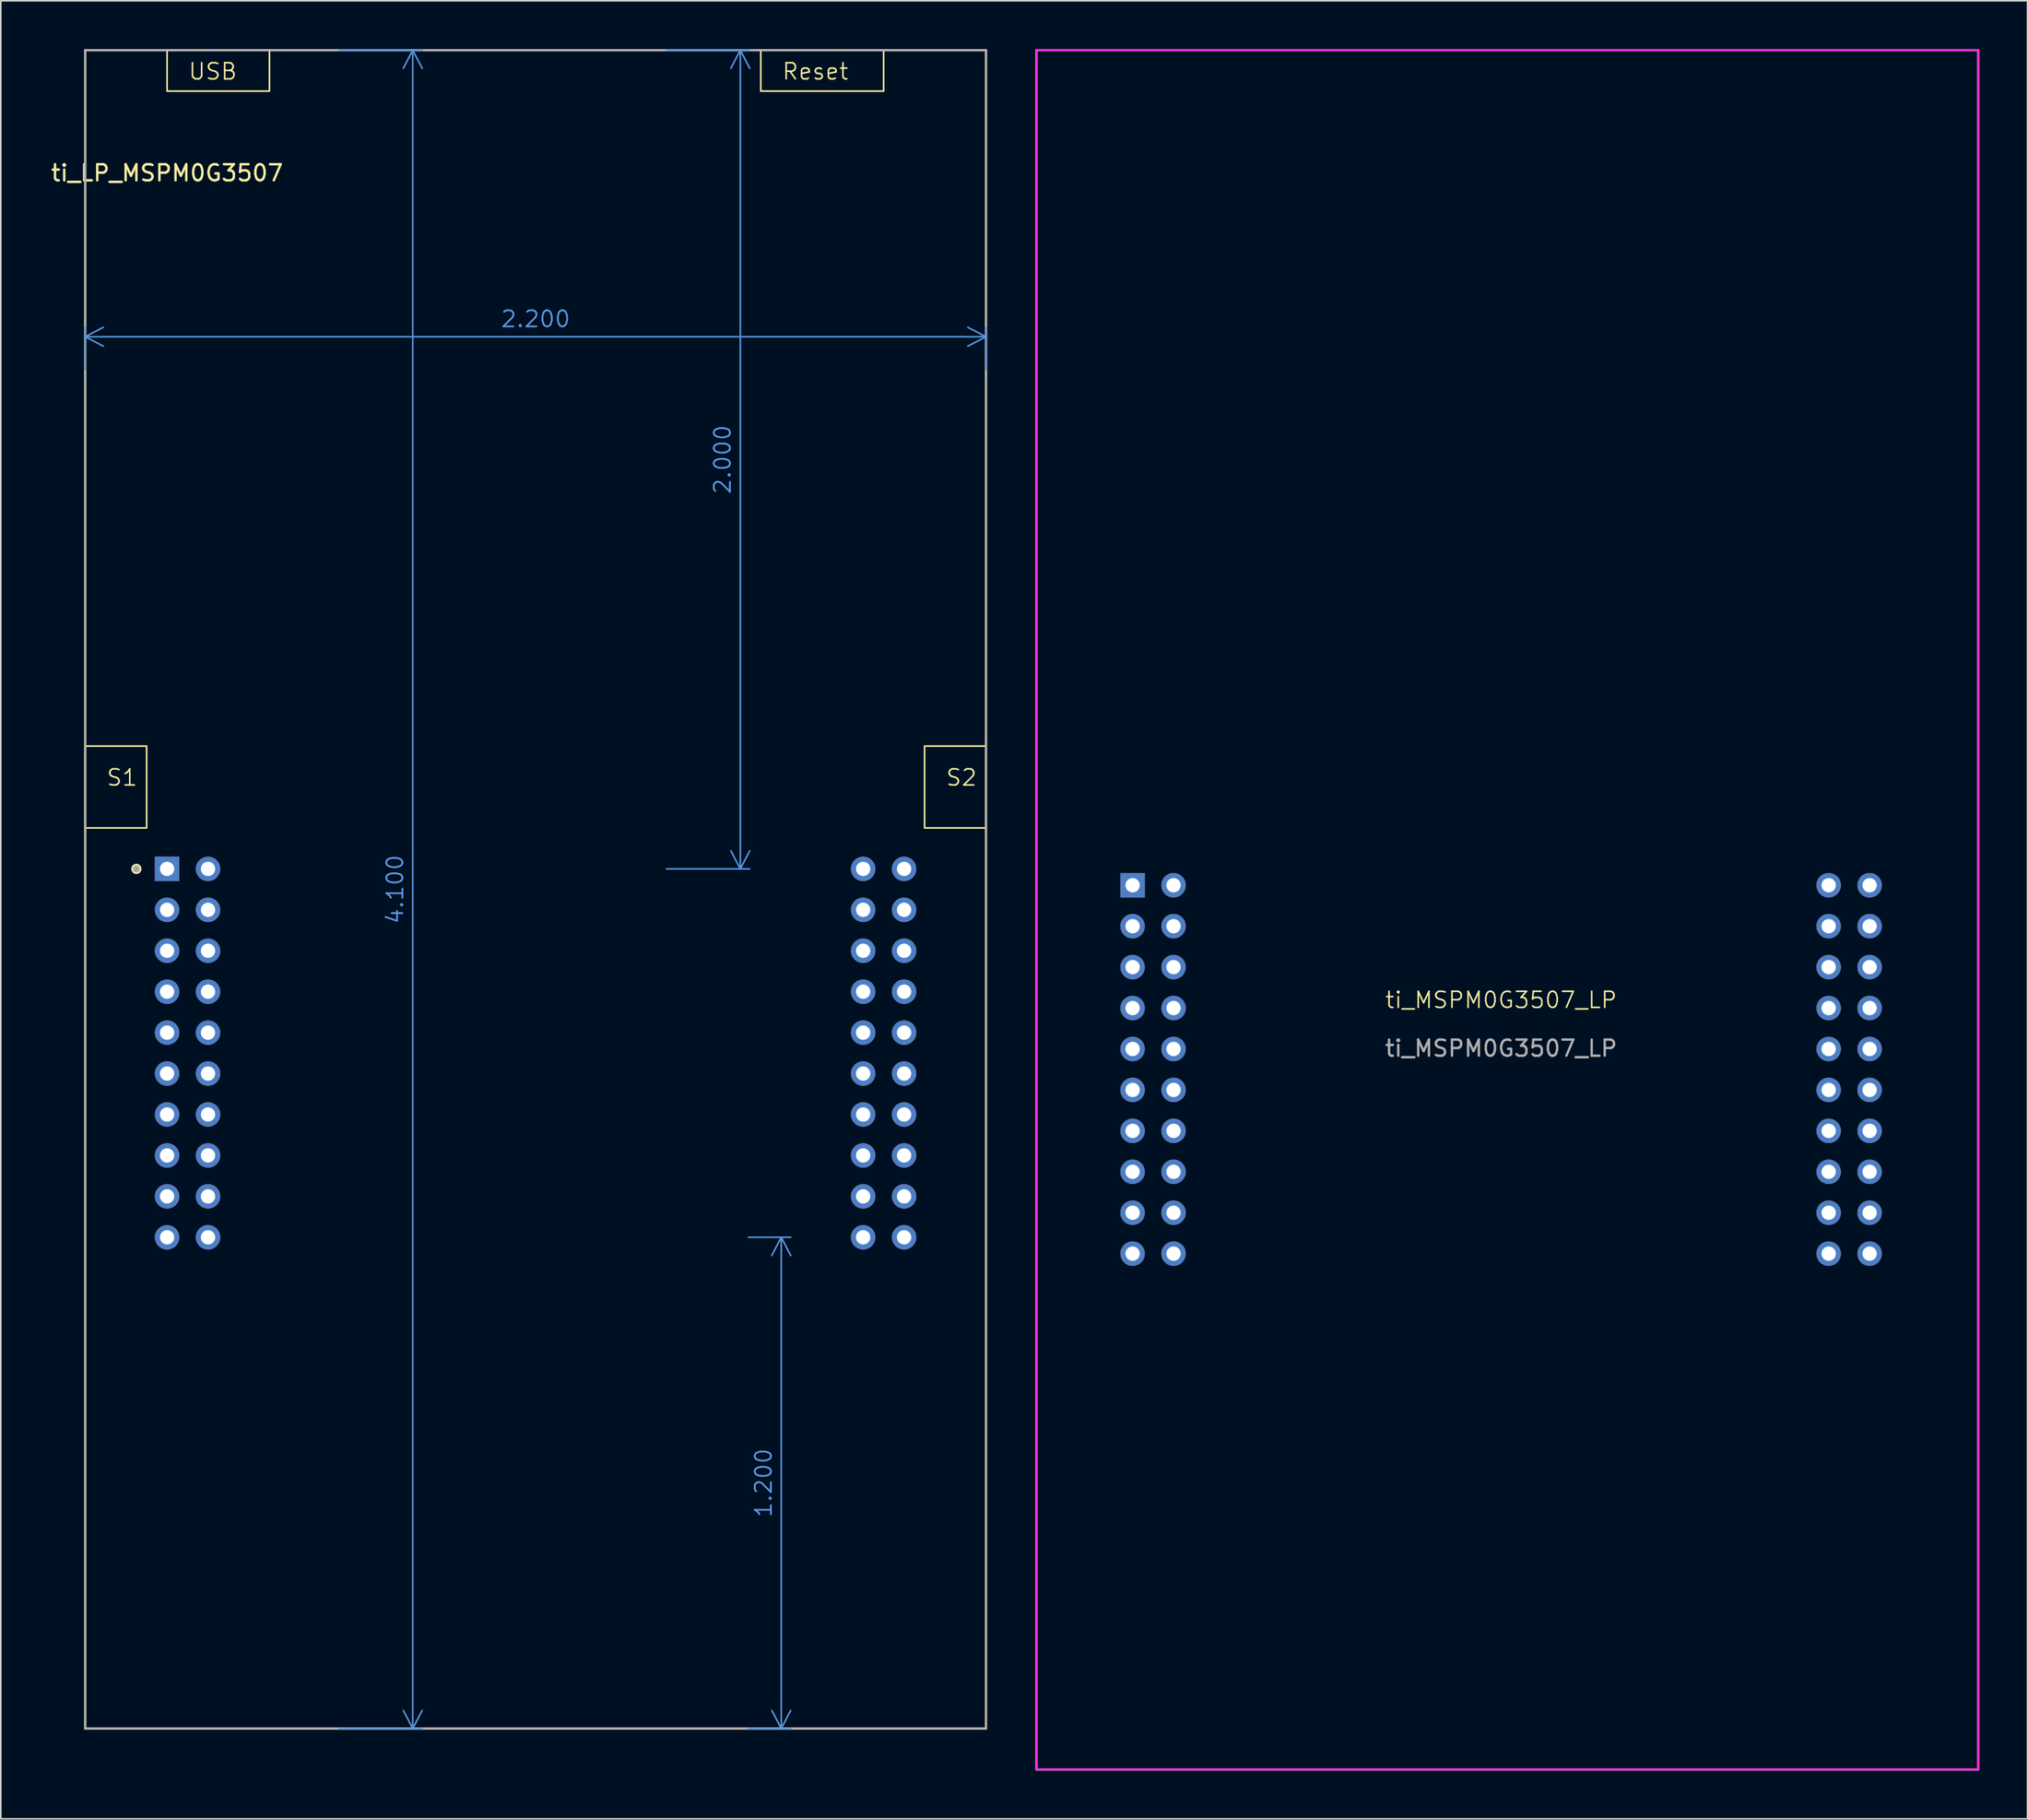
<source format=kicad_pcb>
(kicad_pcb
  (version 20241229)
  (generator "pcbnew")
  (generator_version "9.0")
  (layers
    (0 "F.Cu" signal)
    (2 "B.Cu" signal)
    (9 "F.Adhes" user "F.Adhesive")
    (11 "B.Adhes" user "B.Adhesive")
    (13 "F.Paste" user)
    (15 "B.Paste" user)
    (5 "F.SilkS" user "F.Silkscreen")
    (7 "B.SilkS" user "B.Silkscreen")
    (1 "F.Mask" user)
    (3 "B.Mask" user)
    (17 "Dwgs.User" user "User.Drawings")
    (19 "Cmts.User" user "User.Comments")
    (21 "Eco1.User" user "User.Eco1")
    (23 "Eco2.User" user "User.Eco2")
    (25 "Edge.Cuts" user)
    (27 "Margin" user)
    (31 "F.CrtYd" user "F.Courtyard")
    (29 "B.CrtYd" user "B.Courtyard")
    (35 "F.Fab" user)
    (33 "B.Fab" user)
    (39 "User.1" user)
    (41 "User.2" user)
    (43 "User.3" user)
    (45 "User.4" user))
  (footprint "ti_MSPM0G3507_LP"
    (layer "F.Cu")
    (at 90.071 59.499)
    (property "Reference" "ti_MSPM0G3507_LP" (at 0 -0.5 0) (unlocked yes) (layer "F.SilkS") (effects (font (size 1 1) (thickness 0.1))))
    (attr through_hole)
    (fp_line (start -28.829 -59.436) (end -28.829 47.244) (stroke (width 0.127) (type solid)) (layer "F.SilkS"))
    (fp_line (start -28.829 -59.436) (end 29.591 -59.436) (stroke (width 0.127) (type solid)) (layer "F.SilkS"))
    (fp_line (start -28.829 47.244) (end 29.591 47.244) (stroke (width 0.127) (type solid)) (layer "F.SilkS"))
    (fp_line (start 29.591 -59.436) (end 29.591 47.244) (stroke (width 0.127) (type solid)) (layer "F.SilkS"))
    (fp_line (start -28.829 -59.436) (end -28.829 47.244) (stroke (width 0.127) (type solid)) (layer "F.CrtYd"))
    (fp_line (start -28.829 -59.436) (end 29.591 -59.436) (stroke (width 0.127) (type solid)) (layer "F.CrtYd"))
    (fp_line (start -28.829 47.244) (end 29.591 47.244) (stroke (width 0.127) (type solid)) (layer "F.CrtYd"))
    (fp_line (start 29.591 -59.436) (end 29.591 47.244) (stroke (width 0.127) (type solid)) (layer "F.CrtYd"))
    (fp_line (start -28.829 -59.436) (end -28.829 47.244) (stroke (width 0.127) (type solid)) (layer "F.Fab"))
    (fp_line (start -28.829 -59.436) (end 29.591 -59.436) (stroke (width 0.127) (type solid)) (layer "F.Fab"))
    (fp_line (start -28.829 47.244) (end 29.591 47.244) (stroke (width 0.127) (type solid)) (layer "F.Fab"))
    (fp_line (start 29.591 -59.436) (end 29.591 47.244) (stroke (width 0.127) (type solid)) (layer "F.Fab"))
    (fp_text user "${REFERENCE}" (at 0 2.5 0) (unlocked yes) (layer "F.Fab") (effects (font (size 1 1) (thickness 0.15))))
    (pad "J1_1" thru_hole rect (at -22.86 -7.62) (size 1.52 1.52) (drill 0.89) (layers "*.Cu" "*.Mask"))
    (pad "J1_2" thru_hole circle (at -22.86 -5.08) (size 1.52 1.52) (drill 0.89) (layers "*.Cu" "*.Mask"))
    (pad "J1_3" thru_hole circle (at -22.86 -2.54) (size 1.52 1.52) (drill 0.89) (layers "*.Cu" "*.Mask"))
    (pad "J1_4" thru_hole circle (at -22.86 0) (size 1.52 1.52) (drill 0.89) (layers "*.Cu" "*.Mask"))
    (pad "J1_5" thru_hole circle (at -22.86 2.54) (size 1.52 1.52) (drill 0.89) (layers "*.Cu" "*.Mask"))
    (pad "J1_6" thru_hole circle (at -22.86 5.08) (size 1.52 1.52) (drill 0.89) (layers "*.Cu" "*.Mask"))
    (pad "J1_7" thru_hole circle (at -22.86 7.62) (size 1.52 1.52) (drill 0.89) (layers "*.Cu" "*.Mask"))
    (pad "J1_8" thru_hole circle (at -22.86 10.16) (size 1.52 1.52) (drill 0.89) (layers "*.Cu" "*.Mask"))
    (pad "J1_9" thru_hole circle (at -22.86 12.7) (size 1.52 1.52) (drill 0.89) (layers "*.Cu" "*.Mask"))
    (pad "J1_10" thru_hole circle (at -22.86 15.24) (size 1.52 1.52) (drill 0.89) (layers "*.Cu" "*.Mask"))
    (pad "J2_1" thru_hole circle (at 22.86 -7.62) (size 1.52 1.52) (drill 0.89) (layers "*.Cu" "*.Mask"))
    (pad "J2_2" thru_hole circle (at 22.86 -5.08) (size 1.52 1.52) (drill 0.89) (layers "*.Cu" "*.Mask"))
    (pad "J2_3" thru_hole circle (at 22.86 -2.54) (size 1.52 1.52) (drill 0.89) (layers "*.Cu" "*.Mask"))
    (pad "J2_4" thru_hole circle (at 22.86 0) (size 1.52 1.52) (drill 0.89) (layers "*.Cu" "*.Mask"))
    (pad "J2_5" thru_hole circle (at 22.86 2.54) (size 1.52 1.52) (drill 0.89) (layers "*.Cu" "*.Mask"))
    (pad "J2_6" thru_hole circle (at 22.86 5.08) (size 1.52 1.52) (drill 0.89) (layers "*.Cu" "*.Mask"))
    (pad "J2_7" thru_hole circle (at 22.86 7.62) (size 1.52 1.52) (drill 0.89) (layers "*.Cu" "*.Mask"))
    (pad "J2_8" thru_hole circle (at 22.86 10.16) (size 1.52 1.52) (drill 0.89) (layers "*.Cu" "*.Mask"))
    (pad "J2_9" thru_hole circle (at 22.86 12.7) (size 1.52 1.52) (drill 0.89) (layers "*.Cu" "*.Mask"))
    (pad "J2_10" thru_hole circle (at 22.86 15.24) (size 1.52 1.52) (drill 0.89) (layers "*.Cu" "*.Mask"))
    (pad "J3_1" thru_hole circle (at -20.32 -7.62) (size 1.52 1.52) (drill 0.89) (layers "*.Cu" "*.Mask"))
    (pad "J3_2" thru_hole circle (at -20.32 -5.08) (size 1.52 1.52) (drill 0.89) (layers "*.Cu" "*.Mask"))
    (pad "J3_3" thru_hole circle (at -20.32 -2.54) (size 1.52 1.52) (drill 0.89) (layers "*.Cu" "*.Mask"))
    (pad "J3_4" thru_hole circle (at -20.32 0) (size 1.52 1.52) (drill 0.89) (layers "*.Cu" "*.Mask"))
    (pad "J3_5" thru_hole circle (at -20.32 2.54) (size 1.52 1.52) (drill 0.89) (layers "*.Cu" "*.Mask"))
    (pad "J3_6" thru_hole circle (at -20.32 5.08) (size 1.52 1.52) (drill 0.89) (layers "*.Cu" "*.Mask"))
    (pad "J3_7" thru_hole circle (at -20.32 7.62) (size 1.52 1.52) (drill 0.89) (layers "*.Cu" "*.Mask"))
    (pad "J3_8" thru_hole circle (at -20.32 10.16) (size 1.52 1.52) (drill 0.89) (layers "*.Cu" "*.Mask"))
    (pad "J3_9" thru_hole circle (at -20.32 12.7) (size 1.52 1.52) (drill 0.89) (layers "*.Cu" "*.Mask"))
    (pad "J3_10" thru_hole circle (at -20.32 15.24) (size 1.52 1.52) (drill 0.89) (layers "*.Cu" "*.Mask"))
    (pad "J4_1" thru_hole circle (at 20.32 -7.62) (size 1.52 1.52) (drill 0.89) (layers "*.Cu" "*.Mask"))
    (pad "J4_2" thru_hole circle (at 20.32 -5.08) (size 1.52 1.52) (drill 0.89) (layers "*.Cu" "*.Mask"))
    (pad "J4_3" thru_hole circle (at 20.32 -2.54) (size 1.52 1.52) (drill 0.89) (layers "*.Cu" "*.Mask"))
    (pad "J4_4" thru_hole circle (at 20.32 0) (size 1.52 1.52) (drill 0.89) (layers "*.Cu" "*.Mask"))
    (pad "J4_5" thru_hole circle (at 20.32 2.54) (size 1.52 1.52) (drill 0.89) (layers "*.Cu" "*.Mask"))
    (pad "J4_6" thru_hole circle (at 20.32 5.08) (size 1.52 1.52) (drill 0.89) (layers "*.Cu" "*.Mask"))
    (pad "J4_7" thru_hole circle (at 20.32 7.62) (size 1.52 1.52) (drill 0.89) (layers "*.Cu" "*.Mask"))
    (pad "J4_8" thru_hole circle (at 20.32 10.16) (size 1.52 1.52) (drill 0.89) (layers "*.Cu" "*.Mask"))
    (pad "J4_9" thru_hole circle (at 20.32 12.7) (size 1.52 1.52) (drill 0.89) (layers "*.Cu" "*.Mask"))
    (pad "J4_10" thru_hole circle (at 20.32 15.24) (size 1.52 1.52) (drill 0.89) (layers "*.Cu" "*.Mask")))
  (footprint "ti_LP_MSPM0G3507"
    (layer "F.Cu")
    (at 30.175 53.404)
    (property "Reference" "ti_LP_MSPM0G3507" (at -22.86 -45.72 0) (layer "F.SilkS") (effects (font (size 1 1) (thickness 0.15))))
    (attr through_hole)
    (fp_line (start -27.94 -53.34) (end -27.94 50.8) (stroke (width 0.127) (type solid)) (layer "F.SilkS"))
    (fp_line (start -27.94 50.8) (end 27.94 50.8) (stroke (width 0.127) (type solid)) (layer "F.SilkS"))
    (fp_line (start 27.94 -53.34) (end -27.94 -53.34) (stroke (width 0.127) (type solid)) (layer "F.SilkS"))
    (fp_line (start 27.94 50.8) (end 27.94 -53.34) (stroke (width 0.127) (type solid)) (layer "F.SilkS"))
    (fp_rect (start -27.94 -10.16) (end -24.13 -5.08) (stroke (width 0.1) (type default)) (fill no) (layer "F.SilkS"))
    (fp_rect (start -22.86 -53.34) (end -16.51 -50.8) (stroke (width 0.1) (type default)) (fill no) (layer "F.SilkS"))
    (fp_rect (start 13.97 -53.34) (end 21.59 -50.8) (stroke (width 0.1) (type default)) (fill no) (layer "F.SilkS"))
    (fp_rect (start 24.13 -10.16) (end 27.94 -5.08) (stroke (width 0.1) (type default)) (fill no) (layer "F.SilkS"))
    (fp_circle (center -24.765 -2.54) (end -24.562 -2.54) (stroke (width 0.229) (type solid)) (fill no) (layer "F.SilkS"))
    (fp_line (start -27.94 -53.34) (end -27.94 50.8) (stroke (width 0.127) (type solid)) (layer "F.Fab"))
    (fp_line (start -27.94 50.8) (end 27.94 50.8) (stroke (width 0.127) (type solid)) (layer "F.Fab"))
    (fp_line (start 27.94 -53.34) (end -27.94 -53.34) (stroke (width 0.127) (type solid)) (layer "F.Fab"))
    (fp_line (start 27.94 50.8) (end 27.94 -53.34) (stroke (width 0.127) (type solid)) (layer "F.Fab"))
    (fp_circle (center -24.765 -2.54) (end -24.638 -2.54) (stroke (width 0.203) (type solid)) (fill no) (layer "F.Fab"))
    (fp_text user "S1" (at -26.67 -7.62 0) (unlocked yes) (layer "F.SilkS") (effects (font (size 1 1) (thickness 0.1)) (justify left bottom)))
    (fp_text user "S2" (at 25.4 -7.62 0) (unlocked yes) (layer "F.SilkS") (effects (font (size 1 1) (thickness 0.1)) (justify left bottom)))
    (fp_text user "Reset" (at 15.24 -51.435 0) (unlocked yes) (layer "F.SilkS") (effects (font (size 1 1) (thickness 0.1)) (justify left bottom)))
    (fp_text user "USB" (at -21.59 -51.435 0) (unlocked yes) (layer "F.SilkS") (effects (font (size 1 1) (thickness 0.1)) (justify left bottom)))
    (dimension (type aligned) (layer "Cmts.User") (pts (xy 2.235 20.384) (xy 58.115 20.384)) (height -2.54) (format (prefix "") (suffix "") (units 0) (units_format 0) (precision 3)) (style (thickness 0.1) (arrow_length 1.27) (text_position_mode 0) (arrow_direction outward) (extension_height 0.586) (extension_offset 0.5) (keep_text_aligned yes)) (gr_text "2.200" (at 30.175 16.744 0) (layer "Cmts.User") (effects (font (size 1 1) (thickness 0.1)))))
    (dimension (type aligned) (layer "Cmts.User") (pts (xy 37.795 50.864) (xy 37.795 0.064)) (height 5.08) (format (prefix "") (suffix "") (units 0) (units_format 0) (precision 3)) (style (thickness 0.1) (arrow_length 1.27) (text_position_mode 0) (arrow_direction outward) (extension_height 0.586) (extension_offset 0.5) (keep_text_aligned yes)) (gr_text "2.000" (at 41.775 25.463 90) (layer "Cmts.User") (effects (font (size 1 1) (thickness 0.1)))))
    (dimension (type aligned) (layer "Cmts.User") (pts (xy 42.875 73.724) (xy 42.875 104.204)) (height -2.54) (format (prefix "") (suffix "") (units 0) (units_format 0) (precision 3)) (style (thickness 0.1) (arrow_length 1.27) (text_position_mode 0) (arrow_direction outward) (extension_height 0.586) (extension_offset 0.5) (keep_text_aligned yes)) (gr_text "1.200" (at 44.315 88.963 90) (layer "Cmts.User") (effects (font (size 1 1) (thickness 0.1)))))
    (dimension (type aligned) (layer "Cmts.User") (pts (xy 17.475 0.064) (xy 17.475 104.204)) (height -5.08) (format (prefix "") (suffix "") (units 0) (units_format 0) (precision 3)) (style (thickness 0.1) (arrow_length 1.27) (text_position_mode 0) (arrow_direction outward) (extension_height 0.586) (extension_offset 0.5) (keep_text_aligned yes)) (gr_text "4.100" (at 21.455 52.133 90) (layer "Cmts.User") (effects (font (size 1 1) (thickness 0.1)))))
    (pad "J1_1" thru_hole rect (at -22.86 -2.54) (size 1.52 1.52) (drill 0.89) (layers "*.Cu" "*.Mask"))
    (pad "J1_2" thru_hole circle (at -22.86 0) (size 1.52 1.52) (drill 0.89) (layers "*.Cu" "*.Mask"))
    (pad "J1_3" thru_hole circle (at -22.86 2.54) (size 1.52 1.52) (drill 0.89) (layers "*.Cu" "*.Mask"))
    (pad "J1_4" thru_hole circle (at -22.86 5.08) (size 1.52 1.52) (drill 0.89) (layers "*.Cu" "*.Mask"))
    (pad "J1_5" thru_hole circle (at -22.86 7.62) (size 1.52 1.52) (drill 0.89) (layers "*.Cu" "*.Mask"))
    (pad "J1_6" thru_hole circle (at -22.86 10.16) (size 1.52 1.52) (drill 0.89) (layers "*.Cu" "*.Mask"))
    (pad "J1_7" thru_hole circle (at -22.86 12.7) (size 1.52 1.52) (drill 0.89) (layers "*.Cu" "*.Mask"))
    (pad "J1_8" thru_hole circle (at -22.86 15.24) (size 1.52 1.52) (drill 0.89) (layers "*.Cu" "*.Mask"))
    (pad "J1_9" thru_hole circle (at -22.86 17.78) (size 1.52 1.52) (drill 0.89) (layers "*.Cu" "*.Mask"))
    (pad "J1_10" thru_hole circle (at -22.86 20.32) (size 1.52 1.52) (drill 0.89) (layers "*.Cu" "*.Mask"))
    (pad "J2_1" thru_hole circle (at 22.86 -2.54) (size 1.52 1.52) (drill 0.89) (layers "*.Cu" "*.Mask"))
    (pad "J2_2" thru_hole circle (at 22.86 0) (size 1.52 1.52) (drill 0.89) (layers "*.Cu" "*.Mask"))
    (pad "J2_3" thru_hole circle (at 22.86 2.54) (size 1.52 1.52) (drill 0.89) (layers "*.Cu" "*.Mask"))
    (pad "J2_4" thru_hole circle (at 22.86 5.08) (size 1.52 1.52) (drill 0.89) (layers "*.Cu" "*.Mask"))
    (pad "J2_5" thru_hole circle (at 22.86 7.62) (size 1.52 1.52) (drill 0.89) (layers "*.Cu" "*.Mask"))
    (pad "J2_6" thru_hole circle (at 22.86 10.16) (size 1.52 1.52) (drill 0.89) (layers "*.Cu" "*.Mask"))
    (pad "J2_7" thru_hole circle (at 22.86 12.7) (size 1.52 1.52) (drill 0.89) (layers "*.Cu" "*.Mask"))
    (pad "J2_8" thru_hole circle (at 22.86 15.24) (size 1.52 1.52) (drill 0.89) (layers "*.Cu" "*.Mask"))
    (pad "J2_9" thru_hole circle (at 22.86 17.78) (size 1.52 1.52) (drill 0.89) (layers "*.Cu" "*.Mask"))
    (pad "J2_10" thru_hole circle (at 22.86 20.32) (size 1.52 1.52) (drill 0.89) (layers "*.Cu" "*.Mask"))
    (pad "J3_1" thru_hole circle (at -20.32 -2.54) (size 1.52 1.52) (drill 0.89) (layers "*.Cu" "*.Mask"))
    (pad "J3_2" thru_hole circle (at -20.32 0) (size 1.52 1.52) (drill 0.89) (layers "*.Cu" "*.Mask"))
    (pad "J3_3" thru_hole circle (at -20.32 2.54) (size 1.52 1.52) (drill 0.89) (layers "*.Cu" "*.Mask"))
    (pad "J3_4" thru_hole circle (at -20.32 5.08) (size 1.52 1.52) (drill 0.89) (layers "*.Cu" "*.Mask"))
    (pad "J3_5" thru_hole circle (at -20.32 7.62) (size 1.52 1.52) (drill 0.89) (layers "*.Cu" "*.Mask"))
    (pad "J3_6" thru_hole circle (at -20.32 10.16) (size 1.52 1.52) (drill 0.89) (layers "*.Cu" "*.Mask"))
    (pad "J3_7" thru_hole circle (at -20.32 12.7) (size 1.52 1.52) (drill 0.89) (layers "*.Cu" "*.Mask"))
    (pad "J3_8" thru_hole circle (at -20.32 15.24) (size 1.52 1.52) (drill 0.89) (layers "*.Cu" "*.Mask"))
    (pad "J3_9" thru_hole circle (at -20.32 17.78) (size 1.52 1.52) (drill 0.89) (layers "*.Cu" "*.Mask"))
    (pad "J3_10" thru_hole circle (at -20.32 20.32) (size 1.52 1.52) (drill 0.89) (layers "*.Cu" "*.Mask"))
    (pad "J4_1" thru_hole circle (at 20.32 -2.54) (size 1.52 1.52) (drill 0.89) (layers "*.Cu" "*.Mask"))
    (pad "J4_2" thru_hole circle (at 20.32 0) (size 1.52 1.52) (drill 0.89) (layers "*.Cu" "*.Mask"))
    (pad "J4_3" thru_hole circle (at 20.32 2.54) (size 1.52 1.52) (drill 0.89) (layers "*.Cu" "*.Mask"))
    (pad "J4_4" thru_hole circle (at 20.32 5.08) (size 1.52 1.52) (drill 0.89) (layers "*.Cu" "*.Mask"))
    (pad "J4_5" thru_hole circle (at 20.32 7.62) (size 1.52 1.52) (drill 0.89) (layers "*.Cu" "*.Mask"))
    (pad "J4_6" thru_hole circle (at 20.32 10.16) (size 1.52 1.52) (drill 0.89) (layers "*.Cu" "*.Mask"))
    (pad "J4_7" thru_hole circle (at 20.32 12.7) (size 1.52 1.52) (drill 0.89) (layers "*.Cu" "*.Mask"))
    (pad "J4_8" thru_hole circle (at 20.32 15.24) (size 1.52 1.52) (drill 0.89) (layers "*.Cu" "*.Mask"))
    (pad "J4_9" thru_hole circle (at 20.32 17.78) (size 1.52 1.52) (drill 0.89) (layers "*.Cu" "*.Mask"))
    (pad "J4_10" thru_hole circle (at 20.32 20.32) (size 1.52 1.52) (drill 0.89) (layers "*.Cu" "*.Mask")))
  (gr_rect
    (start -3 -3)
    (end 122.726 109.807)
    (stroke (width 0.1) (type default))
    (fill no)
    (layer "Edge.Cuts")))
</source>
